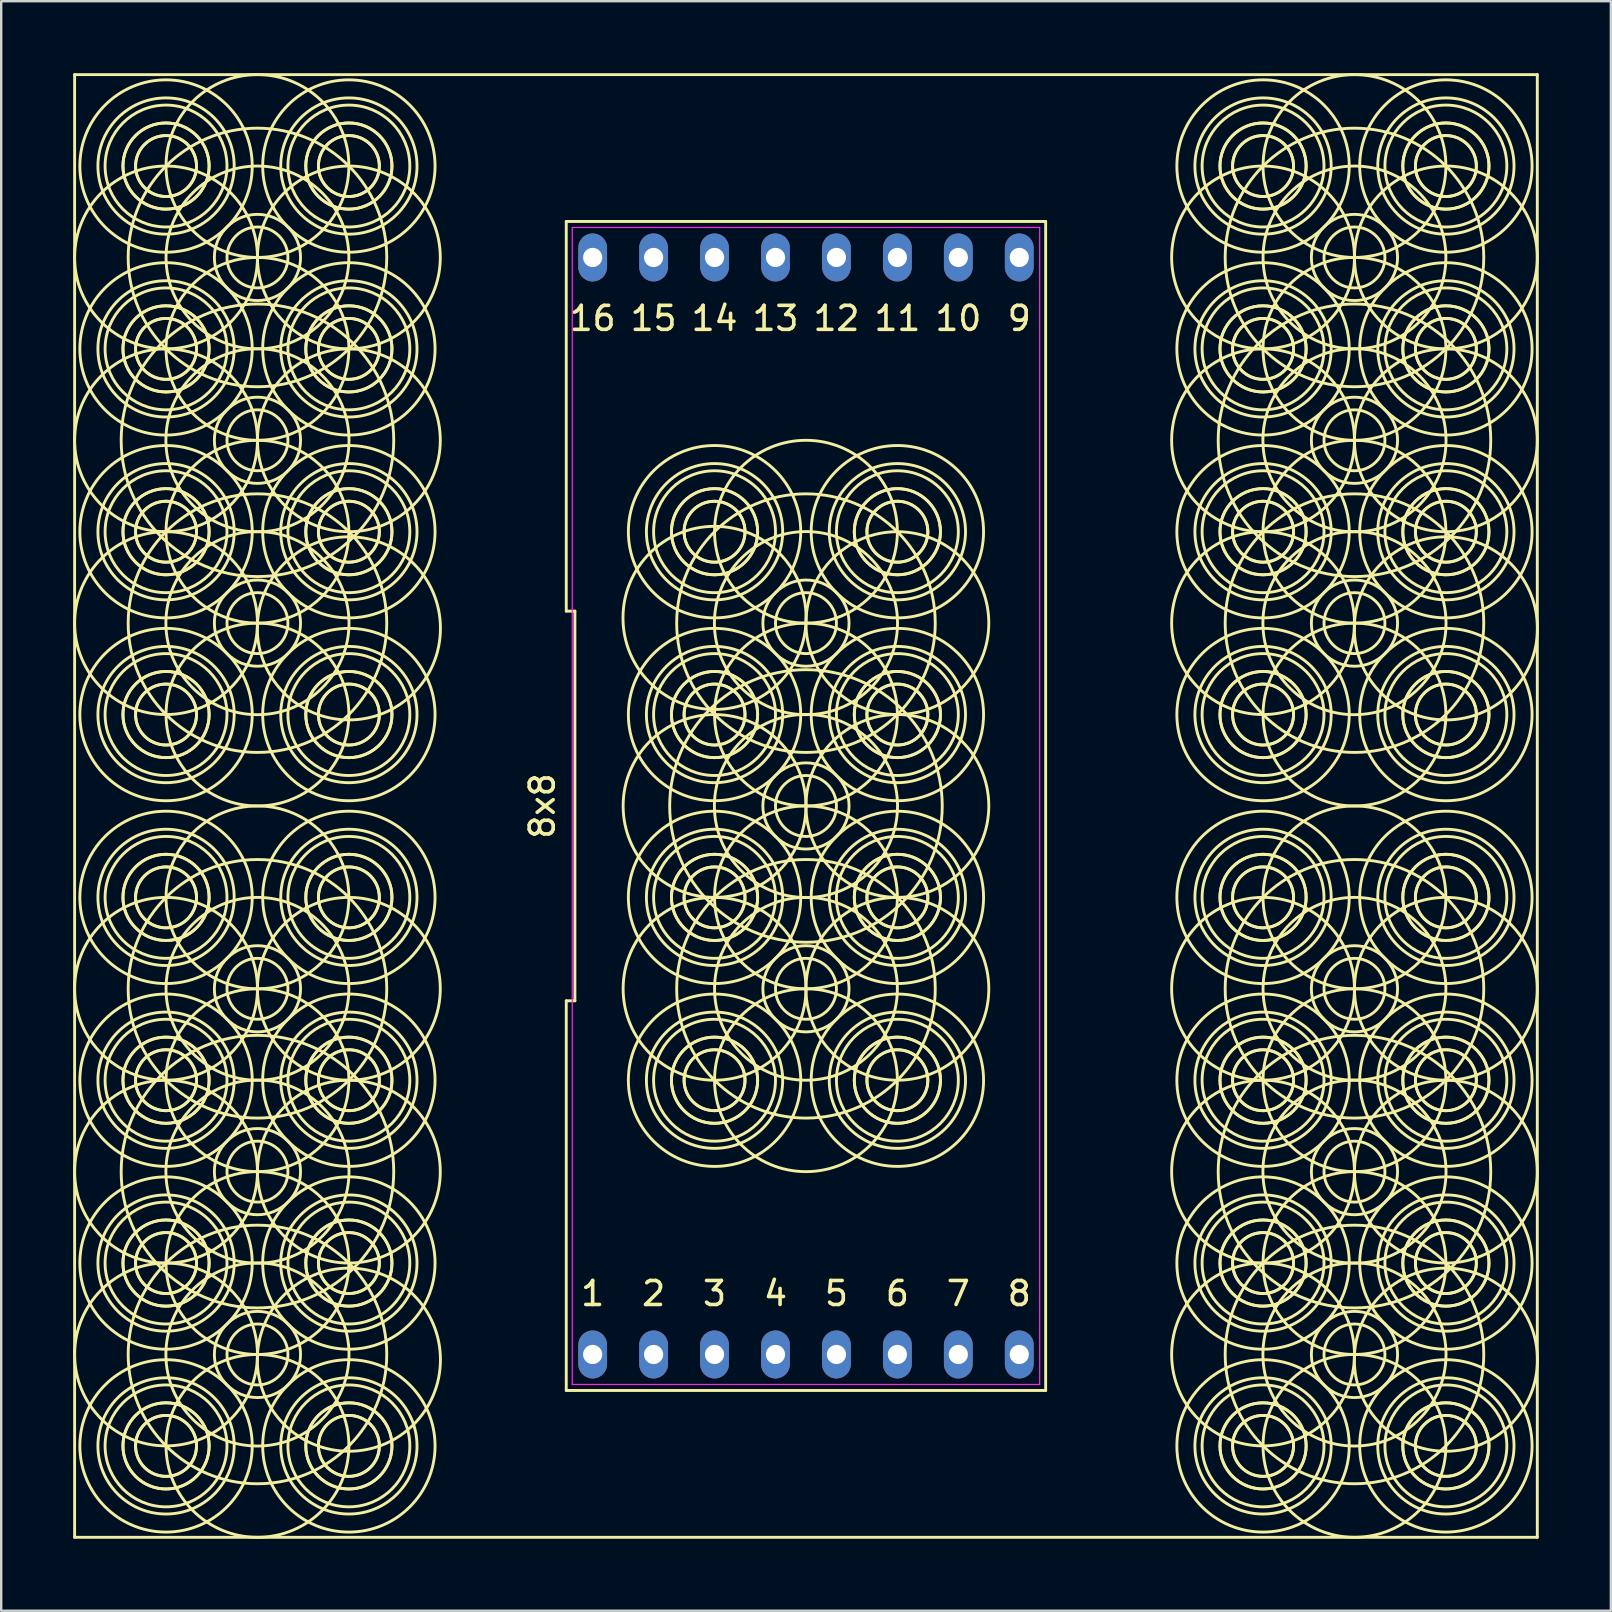
<source format=kicad_pcb>
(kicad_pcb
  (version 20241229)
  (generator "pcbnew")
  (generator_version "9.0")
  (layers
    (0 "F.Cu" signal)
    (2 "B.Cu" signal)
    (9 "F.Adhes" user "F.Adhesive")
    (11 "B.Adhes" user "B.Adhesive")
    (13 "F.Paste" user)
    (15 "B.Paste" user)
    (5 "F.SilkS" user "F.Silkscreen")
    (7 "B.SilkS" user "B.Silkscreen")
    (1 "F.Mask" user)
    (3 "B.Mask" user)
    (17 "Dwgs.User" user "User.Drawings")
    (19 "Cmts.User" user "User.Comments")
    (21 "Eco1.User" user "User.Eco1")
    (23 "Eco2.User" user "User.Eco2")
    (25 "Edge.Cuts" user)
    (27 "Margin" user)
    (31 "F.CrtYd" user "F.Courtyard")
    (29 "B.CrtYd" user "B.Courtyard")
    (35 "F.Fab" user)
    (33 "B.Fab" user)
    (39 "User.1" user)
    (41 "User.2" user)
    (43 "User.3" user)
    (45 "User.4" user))
  (footprint "8x8"
    (layer "F.Cu")
    (at 30.54 30.54)
    (property "Reference" "8x8" (at -10.99 0 90) (layer "F.SilkS") (effects (font (size 1 1) (thickness 0.15))))
    (attr through_hole)
    (fp_line (start -30.48 -30.48) (end -30.48 30.48) (stroke (width 0.12) (type solid)) (layer "F.SilkS"))
    (fp_line (start -30.48 30.48) (end 30.48 30.48) (stroke (width 0.12) (type solid)) (layer "F.SilkS"))
    (fp_line (start -9.99 -8.12) (end -9.63 -8.12) (stroke (width 0.12) (type solid)) (layer "F.SilkS"))
    (fp_line (start -9.99 8.12) (end -9.99 24.36) (stroke (width 0.12) (type solid)) (layer "F.SilkS"))
    (fp_line (start -9.99 24.36) (end 9.99 24.36) (stroke (width 0.12) (type solid)) (layer "F.SilkS"))
    (fp_line (start -9.99 -24.36) (end -9.99 -8.12) (stroke (width 0.12) (type solid)) (layer "F.SilkS"))
    (fp_line (start -9.63 -8.12) (end -9.63 8.12) (stroke (width 0.12) (type solid)) (layer "F.SilkS"))
    (fp_line (start -9.63 8.12) (end -9.99 8.12) (stroke (width 0.12) (type solid)) (layer "F.SilkS"))
    (fp_line (start 9.99 24.36) (end 9.99 -24.36) (stroke (width 0.12) (type solid)) (layer "F.SilkS"))
    (fp_line (start 9.99 -24.36) (end -9.99 -24.36) (stroke (width 0.12) (type solid)) (layer "F.SilkS"))
    (fp_line (start 30.48 -30.48) (end -30.48 -30.48) (stroke (width 0.12) (type solid)) (layer "F.SilkS"))
    (fp_line (start 30.48 30.48) (end 30.48 -30.48) (stroke (width 0.12) (type solid)) (layer "F.SilkS"))
    (fp_circle (center -26.67 -26.67) (end -29.21 -27.94) (stroke (width 0.12) (type solid)) (fill no) (layer "F.SilkS"))
    (fp_circle (center -26.67 -26.67) (end -27.94 -27.94) (stroke (width 0.12) (type solid)) (fill no) (layer "F.SilkS"))
    (fp_circle (center -26.67 -26.67) (end -27.94 -26.67) (stroke (width 0.12) (type solid)) (fill no) (layer "F.SilkS"))
    (fp_circle (center -26.67 -26.67) (end -26.67 -25.4) (stroke (width 0.12) (type solid)) (fill no) (layer "F.SilkS"))
    (fp_circle (center -26.67 -26.67) (end -25.4 -25.4) (stroke (width 0.12) (type solid)) (fill no) (layer "F.SilkS"))
    (fp_circle (center -26.67 -26.67) (end -24.13 -26.67) (stroke (width 0.12) (type solid)) (fill no) (layer "F.SilkS"))
    (fp_circle (center -26.67 -26.67) (end -24.13 -24.13) (stroke (width 0.12) (type solid)) (fill no) (layer "F.SilkS"))
    (fp_circle (center -26.67 -22.86) (end -22.86 -22.86) (stroke (width 0.12) (type solid)) (fill no) (layer "F.SilkS"))
    (fp_circle (center -26.67 -19.05) (end -29.21 -20.32) (stroke (width 0.12) (type solid)) (fill no) (layer "F.SilkS"))
    (fp_circle (center -26.67 -19.05) (end -27.94 -20.32) (stroke (width 0.12) (type solid)) (fill no) (layer "F.SilkS"))
    (fp_circle (center -26.67 -19.05) (end -27.94 -19.05) (stroke (width 0.12) (type solid)) (fill no) (layer "F.SilkS"))
    (fp_circle (center -26.67 -19.05) (end -26.67 -17.78) (stroke (width 0.12) (type solid)) (fill no) (layer "F.SilkS"))
    (fp_circle (center -26.67 -19.05) (end -25.4 -17.78) (stroke (width 0.12) (type solid)) (fill no) (layer "F.SilkS"))
    (fp_circle (center -26.67 -19.05) (end -24.13 -19.05) (stroke (width 0.12) (type solid)) (fill no) (layer "F.SilkS"))
    (fp_circle (center -26.67 -19.05) (end -24.13 -16.51) (stroke (width 0.12) (type solid)) (fill no) (layer "F.SilkS"))
    (fp_circle (center -26.67 -15.24) (end -22.86 -15.24) (stroke (width 0.12) (type solid)) (fill no) (layer "F.SilkS"))
    (fp_circle (center -26.67 -11.43) (end -29.21 -12.7) (stroke (width 0.12) (type solid)) (fill no) (layer "F.SilkS"))
    (fp_circle (center -26.67 -11.43) (end -27.94 -12.7) (stroke (width 0.12) (type solid)) (fill no) (layer "F.SilkS"))
    (fp_circle (center -26.67 -11.43) (end -27.94 -11.43) (stroke (width 0.12) (type solid)) (fill no) (layer "F.SilkS"))
    (fp_circle (center -26.67 -11.43) (end -26.67 -10.16) (stroke (width 0.12) (type solid)) (fill no) (layer "F.SilkS"))
    (fp_circle (center -26.67 -11.43) (end -25.4 -10.16) (stroke (width 0.12) (type solid)) (fill no) (layer "F.SilkS"))
    (fp_circle (center -26.67 -11.43) (end -24.13 -11.43) (stroke (width 0.12) (type solid)) (fill no) (layer "F.SilkS"))
    (fp_circle (center -26.67 -11.43) (end -24.13 -8.89) (stroke (width 0.12) (type solid)) (fill no) (layer "F.SilkS"))
    (fp_circle (center -26.67 -7.62) (end -22.86 -7.62) (stroke (width 0.12) (type solid)) (fill no) (layer "F.SilkS"))
    (fp_circle (center -26.67 -3.81) (end -29.21 -5.08) (stroke (width 0.12) (type solid)) (fill no) (layer "F.SilkS"))
    (fp_circle (center -26.67 -3.81) (end -27.94 -5.08) (stroke (width 0.12) (type solid)) (fill no) (layer "F.SilkS"))
    (fp_circle (center -26.67 -3.81) (end -27.94 -3.81) (stroke (width 0.12) (type solid)) (fill no) (layer "F.SilkS"))
    (fp_circle (center -26.67 -3.81) (end -26.67 -2.54) (stroke (width 0.12) (type solid)) (fill no) (layer "F.SilkS"))
    (fp_circle (center -26.67 -3.81) (end -25.4 -2.54) (stroke (width 0.12) (type solid)) (fill no) (layer "F.SilkS"))
    (fp_circle (center -26.67 -3.81) (end -24.13 -3.81) (stroke (width 0.12) (type solid)) (fill no) (layer "F.SilkS"))
    (fp_circle (center -26.67 -3.81) (end -24.13 -1.27) (stroke (width 0.12) (type solid)) (fill no) (layer "F.SilkS"))
    (fp_circle (center -26.67 3.81) (end -29.21 2.54) (stroke (width 0.12) (type solid)) (fill no) (layer "F.SilkS"))
    (fp_circle (center -26.67 3.81) (end -27.94 2.54) (stroke (width 0.12) (type solid)) (fill no) (layer "F.SilkS"))
    (fp_circle (center -26.67 3.81) (end -27.94 3.81) (stroke (width 0.12) (type solid)) (fill no) (layer "F.SilkS"))
    (fp_circle (center -26.67 3.81) (end -26.67 5.08) (stroke (width 0.12) (type solid)) (fill no) (layer "F.SilkS"))
    (fp_circle (center -26.67 3.81) (end -25.4 5.08) (stroke (width 0.12) (type solid)) (fill no) (layer "F.SilkS"))
    (fp_circle (center -26.67 3.81) (end -24.13 3.81) (stroke (width 0.12) (type solid)) (fill no) (layer "F.SilkS"))
    (fp_circle (center -26.67 3.81) (end -24.13 6.35) (stroke (width 0.12) (type solid)) (fill no) (layer "F.SilkS"))
    (fp_circle (center -26.67 7.62) (end -22.86 7.62) (stroke (width 0.12) (type solid)) (fill no) (layer "F.SilkS"))
    (fp_circle (center -26.67 11.43) (end -29.21 10.16) (stroke (width 0.12) (type solid)) (fill no) (layer "F.SilkS"))
    (fp_circle (center -26.67 11.43) (end -27.94 10.16) (stroke (width 0.12) (type solid)) (fill no) (layer "F.SilkS"))
    (fp_circle (center -26.67 11.43) (end -27.94 11.43) (stroke (width 0.12) (type solid)) (fill no) (layer "F.SilkS"))
    (fp_circle (center -26.67 11.43) (end -26.67 12.7) (stroke (width 0.12) (type solid)) (fill no) (layer "F.SilkS"))
    (fp_circle (center -26.67 11.43) (end -25.4 12.7) (stroke (width 0.12) (type solid)) (fill no) (layer "F.SilkS"))
    (fp_circle (center -26.67 11.43) (end -24.13 11.43) (stroke (width 0.12) (type solid)) (fill no) (layer "F.SilkS"))
    (fp_circle (center -26.67 11.43) (end -24.13 13.97) (stroke (width 0.12) (type solid)) (fill no) (layer "F.SilkS"))
    (fp_circle (center -26.67 15.24) (end -22.86 15.24) (stroke (width 0.12) (type solid)) (fill no) (layer "F.SilkS"))
    (fp_circle (center -26.67 19.05) (end -29.21 17.78) (stroke (width 0.12) (type solid)) (fill no) (layer "F.SilkS"))
    (fp_circle (center -26.67 19.05) (end -27.94 17.78) (stroke (width 0.12) (type solid)) (fill no) (layer "F.SilkS"))
    (fp_circle (center -26.67 19.05) (end -27.94 19.05) (stroke (width 0.12) (type solid)) (fill no) (layer "F.SilkS"))
    (fp_circle (center -26.67 19.05) (end -26.67 20.32) (stroke (width 0.12) (type solid)) (fill no) (layer "F.SilkS"))
    (fp_circle (center -26.67 19.05) (end -25.4 20.32) (stroke (width 0.12) (type solid)) (fill no) (layer "F.SilkS"))
    (fp_circle (center -26.67 19.05) (end -24.13 19.05) (stroke (width 0.12) (type solid)) (fill no) (layer "F.SilkS"))
    (fp_circle (center -26.67 19.05) (end -24.13 21.59) (stroke (width 0.12) (type solid)) (fill no) (layer "F.SilkS"))
    (fp_circle (center -26.67 22.86) (end -22.86 22.86) (stroke (width 0.12) (type solid)) (fill no) (layer "F.SilkS"))
    (fp_circle (center -26.67 26.67) (end -29.21 25.4) (stroke (width 0.12) (type solid)) (fill no) (layer "F.SilkS"))
    (fp_circle (center -26.67 26.67) (end -27.94 25.4) (stroke (width 0.12) (type solid)) (fill no) (layer "F.SilkS"))
    (fp_circle (center -26.67 26.67) (end -27.94 26.67) (stroke (width 0.12) (type solid)) (fill no) (layer "F.SilkS"))
    (fp_circle (center -26.67 26.67) (end -26.67 27.94) (stroke (width 0.12) (type solid)) (fill no) (layer "F.SilkS"))
    (fp_circle (center -26.67 26.67) (end -25.4 27.94) (stroke (width 0.12) (type solid)) (fill no) (layer "F.SilkS"))
    (fp_circle (center -26.67 26.67) (end -24.13 26.67) (stroke (width 0.12) (type solid)) (fill no) (layer "F.SilkS"))
    (fp_circle (center -26.67 26.67) (end -24.13 29.21) (stroke (width 0.12) (type solid)) (fill no) (layer "F.SilkS"))
    (fp_circle (center -22.86 -26.67) (end -22.86 -22.86) (stroke (width 0.12) (type solid)) (fill no) (layer "F.SilkS"))
    (fp_circle (center -22.86 -22.86) (end -24.13 -24.13) (stroke (width 0.12) (type solid)) (fill no) (layer "F.SilkS"))
    (fp_circle (center -22.86 -22.86) (end -24.13 -22.86) (stroke (width 0.12) (type solid)) (fill no) (layer "F.SilkS"))
    (fp_circle (center -22.86 -22.86) (end -19.05 -22.86) (stroke (width 0.12) (type solid)) (fill no) (layer "F.SilkS"))
    (fp_circle (center -22.86 -22.86) (end -19.05 -19.05) (stroke (width 0.12) (type solid)) (fill no) (layer "F.SilkS"))
    (fp_circle (center -22.86 -19.05) (end -22.86 -22.86) (stroke (width 0.12) (type solid)) (fill no) (layer "F.SilkS"))
    (fp_circle (center -22.86 -15.24) (end -27.94 -17.78) (stroke (width 0.12) (type solid)) (fill no) (layer "F.SilkS"))
    (fp_circle (center -22.86 -15.24) (end -24.13 -16.51) (stroke (width 0.12) (type solid)) (fill no) (layer "F.SilkS"))
    (fp_circle (center -22.86 -15.24) (end -24.13 -15.24) (stroke (width 0.12) (type solid)) (fill no) (layer "F.SilkS"))
    (fp_circle (center -22.86 -15.24) (end -19.05 -15.458) (stroke (width 0.12) (type solid)) (fill no) (layer "F.SilkS"))
    (fp_circle (center -22.86 -11.43) (end -22.86 -15.24) (stroke (width 0.12) (type solid)) (fill no) (layer "F.SilkS"))
    (fp_circle (center -22.86 -7.62) (end -26.67 -11.43) (stroke (width 0.12) (type solid)) (fill no) (layer "F.SilkS"))
    (fp_circle (center -22.86 -7.62) (end -24.13 -8.89) (stroke (width 0.12) (type solid)) (fill no) (layer "F.SilkS"))
    (fp_circle (center -22.86 -7.62) (end -24.13 -7.62) (stroke (width 0.12) (type solid)) (fill no) (layer "F.SilkS"))
    (fp_circle (center -22.86 -7.62) (end -19.05 -7.838) (stroke (width 0.12) (type solid)) (fill no) (layer "F.SilkS"))
    (fp_circle (center -22.86 -3.81) (end -22.86 -7.62) (stroke (width 0.12) (type solid)) (fill no) (layer "F.SilkS"))
    (fp_circle (center -22.86 3.81) (end -22.86 7.62) (stroke (width 0.12) (type solid)) (fill no) (layer "F.SilkS"))
    (fp_circle (center -22.86 7.62) (end -24.13 6.35) (stroke (width 0.12) (type solid)) (fill no) (layer "F.SilkS"))
    (fp_circle (center -22.86 7.62) (end -24.13 7.62) (stroke (width 0.12) (type solid)) (fill no) (layer "F.SilkS"))
    (fp_circle (center -22.86 7.62) (end -19.05 7.62) (stroke (width 0.12) (type solid)) (fill no) (layer "F.SilkS"))
    (fp_circle (center -22.86 7.62) (end -19.05 11.43) (stroke (width 0.12) (type solid)) (fill no) (layer "F.SilkS"))
    (fp_circle (center -22.86 11.43) (end -22.86 7.62) (stroke (width 0.12) (type solid)) (fill no) (layer "F.SilkS"))
    (fp_circle (center -22.86 15.24) (end -27.94 12.7) (stroke (width 0.12) (type solid)) (fill no) (layer "F.SilkS"))
    (fp_circle (center -22.86 15.24) (end -24.13 13.97) (stroke (width 0.12) (type solid)) (fill no) (layer "F.SilkS"))
    (fp_circle (center -22.86 15.24) (end -24.13 15.24) (stroke (width 0.12) (type solid)) (fill no) (layer "F.SilkS"))
    (fp_circle (center -22.86 15.24) (end -19.05 15.022) (stroke (width 0.12) (type solid)) (fill no) (layer "F.SilkS"))
    (fp_circle (center -22.86 19.05) (end -22.86 15.24) (stroke (width 0.12) (type solid)) (fill no) (layer "F.SilkS"))
    (fp_circle (center -22.86 22.86) (end -26.67 19.05) (stroke (width 0.12) (type solid)) (fill no) (layer "F.SilkS"))
    (fp_circle (center -22.86 22.86) (end -24.13 21.59) (stroke (width 0.12) (type solid)) (fill no) (layer "F.SilkS"))
    (fp_circle (center -22.86 22.86) (end -24.13 22.86) (stroke (width 0.12) (type solid)) (fill no) (layer "F.SilkS"))
    (fp_circle (center -22.86 22.86) (end -19.05 22.642) (stroke (width 0.12) (type solid)) (fill no) (layer "F.SilkS"))
    (fp_circle (center -22.86 26.67) (end -22.86 22.86) (stroke (width 0.12) (type solid)) (fill no) (layer "F.SilkS"))
    (fp_circle (center -19.05 -26.67) (end -21.59 -27.94) (stroke (width 0.12) (type solid)) (fill no) (layer "F.SilkS"))
    (fp_circle (center -19.05 -26.67) (end -20.32 -27.94) (stroke (width 0.12) (type solid)) (fill no) (layer "F.SilkS"))
    (fp_circle (center -19.05 -26.67) (end -20.32 -26.67) (stroke (width 0.12) (type solid)) (fill no) (layer "F.SilkS"))
    (fp_circle (center -19.05 -26.67) (end -19.05 -25.4) (stroke (width 0.12) (type solid)) (fill no) (layer "F.SilkS"))
    (fp_circle (center -19.05 -26.67) (end -17.78 -25.4) (stroke (width 0.12) (type solid)) (fill no) (layer "F.SilkS"))
    (fp_circle (center -19.05 -26.67) (end -16.51 -26.67) (stroke (width 0.12) (type solid)) (fill no) (layer "F.SilkS"))
    (fp_circle (center -19.05 -26.67) (end -16.51 -24.13) (stroke (width 0.12) (type solid)) (fill no) (layer "F.SilkS"))
    (fp_circle (center -19.05 -22.86) (end -22.86 -22.86) (stroke (width 0.12) (type solid)) (fill no) (layer "F.SilkS"))
    (fp_circle (center -19.05 -19.05) (end -21.59 -20.32) (stroke (width 0.12) (type solid)) (fill no) (layer "F.SilkS"))
    (fp_circle (center -19.05 -19.05) (end -20.32 -20.32) (stroke (width 0.12) (type solid)) (fill no) (layer "F.SilkS"))
    (fp_circle (center -19.05 -19.05) (end -20.32 -19.05) (stroke (width 0.12) (type solid)) (fill no) (layer "F.SilkS"))
    (fp_circle (center -19.05 -19.05) (end -19.05 -17.78) (stroke (width 0.12) (type solid)) (fill no) (layer "F.SilkS"))
    (fp_circle (center -19.05 -19.05) (end -17.78 -17.78) (stroke (width 0.12) (type solid)) (fill no) (layer "F.SilkS"))
    (fp_circle (center -19.05 -19.05) (end -16.51 -19.05) (stroke (width 0.12) (type solid)) (fill no) (layer "F.SilkS"))
    (fp_circle (center -19.05 -19.05) (end -16.51 -16.51) (stroke (width 0.12) (type solid)) (fill no) (layer "F.SilkS"))
    (fp_circle (center -19.05 -15.24) (end -22.86 -15.24) (stroke (width 0.12) (type solid)) (fill no) (layer "F.SilkS"))
    (fp_circle (center -19.05 -11.43) (end -21.59 -12.7) (stroke (width 0.12) (type solid)) (fill no) (layer "F.SilkS"))
    (fp_circle (center -19.05 -11.43) (end -20.32 -12.7) (stroke (width 0.12) (type solid)) (fill no) (layer "F.SilkS"))
    (fp_circle (center -19.05 -11.43) (end -20.32 -11.43) (stroke (width 0.12) (type solid)) (fill no) (layer "F.SilkS"))
    (fp_circle (center -19.05 -11.43) (end -19.05 -10.16) (stroke (width 0.12) (type solid)) (fill no) (layer "F.SilkS"))
    (fp_circle (center -19.05 -11.43) (end -17.78 -10.16) (stroke (width 0.12) (type solid)) (fill no) (layer "F.SilkS"))
    (fp_circle (center -19.05 -11.43) (end -16.51 -11.43) (stroke (width 0.12) (type solid)) (fill no) (layer "F.SilkS"))
    (fp_circle (center -19.05 -11.43) (end -16.51 -8.89) (stroke (width 0.12) (type solid)) (fill no) (layer "F.SilkS"))
    (fp_circle (center -19.05 -7.402) (end -22.86 -7.62) (stroke (width 0.12) (type solid)) (fill no) (layer "F.SilkS"))
    (fp_circle (center -19.05 -3.81) (end -21.59 -5.08) (stroke (width 0.12) (type solid)) (fill no) (layer "F.SilkS"))
    (fp_circle (center -19.05 -3.81) (end -20.32 -5.08) (stroke (width 0.12) (type solid)) (fill no) (layer "F.SilkS"))
    (fp_circle (center -19.05 -3.81) (end -20.32 -3.81) (stroke (width 0.12) (type solid)) (fill no) (layer "F.SilkS"))
    (fp_circle (center -19.05 -3.81) (end -19.05 -2.54) (stroke (width 0.12) (type solid)) (fill no) (layer "F.SilkS"))
    (fp_circle (center -19.05 -3.81) (end -17.78 -2.54) (stroke (width 0.12) (type solid)) (fill no) (layer "F.SilkS"))
    (fp_circle (center -19.05 -3.81) (end -16.51 -3.81) (stroke (width 0.12) (type solid)) (fill no) (layer "F.SilkS"))
    (fp_circle (center -19.05 -3.81) (end -16.51 -1.27) (stroke (width 0.12) (type solid)) (fill no) (layer "F.SilkS"))
    (fp_circle (center -19.05 3.81) (end -21.59 2.54) (stroke (width 0.12) (type solid)) (fill no) (layer "F.SilkS"))
    (fp_circle (center -19.05 3.81) (end -20.32 2.54) (stroke (width 0.12) (type solid)) (fill no) (layer "F.SilkS"))
    (fp_circle (center -19.05 3.81) (end -20.32 3.81) (stroke (width 0.12) (type solid)) (fill no) (layer "F.SilkS"))
    (fp_circle (center -19.05 3.81) (end -19.05 5.08) (stroke (width 0.12) (type solid)) (fill no) (layer "F.SilkS"))
    (fp_circle (center -19.05 3.81) (end -17.78 5.08) (stroke (width 0.12) (type solid)) (fill no) (layer "F.SilkS"))
    (fp_circle (center -19.05 3.81) (end -16.51 3.81) (stroke (width 0.12) (type solid)) (fill no) (layer "F.SilkS"))
    (fp_circle (center -19.05 3.81) (end -16.51 6.35) (stroke (width 0.12) (type solid)) (fill no) (layer "F.SilkS"))
    (fp_circle (center -19.05 7.62) (end -22.86 7.62) (stroke (width 0.12) (type solid)) (fill no) (layer "F.SilkS"))
    (fp_circle (center -19.05 11.43) (end -21.59 10.16) (stroke (width 0.12) (type solid)) (fill no) (layer "F.SilkS"))
    (fp_circle (center -19.05 11.43) (end -20.32 10.16) (stroke (width 0.12) (type solid)) (fill no) (layer "F.SilkS"))
    (fp_circle (center -19.05 11.43) (end -20.32 11.43) (stroke (width 0.12) (type solid)) (fill no) (layer "F.SilkS"))
    (fp_circle (center -19.05 11.43) (end -19.05 12.7) (stroke (width 0.12) (type solid)) (fill no) (layer "F.SilkS"))
    (fp_circle (center -19.05 11.43) (end -17.78 12.7) (stroke (width 0.12) (type solid)) (fill no) (layer "F.SilkS"))
    (fp_circle (center -19.05 11.43) (end -16.51 11.43) (stroke (width 0.12) (type solid)) (fill no) (layer "F.SilkS"))
    (fp_circle (center -19.05 11.43) (end -16.51 13.97) (stroke (width 0.12) (type solid)) (fill no) (layer "F.SilkS"))
    (fp_circle (center -19.05 15.24) (end -22.86 15.24) (stroke (width 0.12) (type solid)) (fill no) (layer "F.SilkS"))
    (fp_circle (center -19.05 19.05) (end -21.59 17.78) (stroke (width 0.12) (type solid)) (fill no) (layer "F.SilkS"))
    (fp_circle (center -19.05 19.05) (end -20.32 17.78) (stroke (width 0.12) (type solid)) (fill no) (layer "F.SilkS"))
    (fp_circle (center -19.05 19.05) (end -20.32 19.05) (stroke (width 0.12) (type solid)) (fill no) (layer "F.SilkS"))
    (fp_circle (center -19.05 19.05) (end -19.05 20.32) (stroke (width 0.12) (type solid)) (fill no) (layer "F.SilkS"))
    (fp_circle (center -19.05 19.05) (end -17.78 20.32) (stroke (width 0.12) (type solid)) (fill no) (layer "F.SilkS"))
    (fp_circle (center -19.05 19.05) (end -16.51 19.05) (stroke (width 0.12) (type solid)) (fill no) (layer "F.SilkS"))
    (fp_circle (center -19.05 19.05) (end -16.51 21.59) (stroke (width 0.12) (type solid)) (fill no) (layer "F.SilkS"))
    (fp_circle (center -19.05 23.078) (end -22.86 22.86) (stroke (width 0.12) (type solid)) (fill no) (layer "F.SilkS"))
    (fp_circle (center -19.05 26.67) (end -21.59 25.4) (stroke (width 0.12) (type solid)) (fill no) (layer "F.SilkS"))
    (fp_circle (center -19.05 26.67) (end -20.32 25.4) (stroke (width 0.12) (type solid)) (fill no) (layer "F.SilkS"))
    (fp_circle (center -19.05 26.67) (end -20.32 26.67) (stroke (width 0.12) (type solid)) (fill no) (layer "F.SilkS"))
    (fp_circle (center -19.05 26.67) (end -19.05 27.94) (stroke (width 0.12) (type solid)) (fill no) (layer "F.SilkS"))
    (fp_circle (center -19.05 26.67) (end -17.78 27.94) (stroke (width 0.12) (type solid)) (fill no) (layer "F.SilkS"))
    (fp_circle (center -19.05 26.67) (end -16.51 26.67) (stroke (width 0.12) (type solid)) (fill no) (layer "F.SilkS"))
    (fp_circle (center -19.05 26.67) (end -16.51 29.21) (stroke (width 0.12) (type solid)) (fill no) (layer "F.SilkS"))
    (fp_circle (center -3.81 -11.43) (end -6.35 -13.97) (stroke (width 0.12) (type solid)) (fill no) (layer "F.SilkS"))
    (fp_circle (center -3.81 -11.43) (end -6.35 -11.43) (stroke (width 0.12) (type solid)) (fill no) (layer "F.SilkS"))
    (fp_circle (center -3.81 -11.43) (end -5.08 -12.7) (stroke (width 0.12) (type solid)) (fill no) (layer "F.SilkS"))
    (fp_circle (center -3.81 -11.43) (end -3.81 -12.7) (stroke (width 0.12) (type solid)) (fill no) (layer "F.SilkS"))
    (fp_circle (center -3.81 -11.43) (end -2.54 -11.43) (stroke (width 0.12) (type solid)) (fill no) (layer "F.SilkS"))
    (fp_circle (center -3.81 -11.43) (end -2.54 -10.16) (stroke (width 0.12) (type solid)) (fill no) (layer "F.SilkS"))
    (fp_circle (center -3.81 -11.43) (end -1.27 -10.16) (stroke (width 0.12) (type solid)) (fill no) (layer "F.SilkS"))
    (fp_circle (center -3.81 -7.838) (end 0 -7.62) (stroke (width 0.12) (type solid)) (fill no) (layer "F.SilkS"))
    (fp_circle (center -3.81 -3.81) (end -6.35 -6.35) (stroke (width 0.12) (type solid)) (fill no) (layer "F.SilkS"))
    (fp_circle (center -3.81 -3.81) (end -6.35 -3.81) (stroke (width 0.12) (type solid)) (fill no) (layer "F.SilkS"))
    (fp_circle (center -3.81 -3.81) (end -5.08 -5.08) (stroke (width 0.12) (type solid)) (fill no) (layer "F.SilkS"))
    (fp_circle (center -3.81 -3.81) (end -3.81 -5.08) (stroke (width 0.12) (type solid)) (fill no) (layer "F.SilkS"))
    (fp_circle (center -3.81 -3.81) (end -2.54 -3.81) (stroke (width 0.12) (type solid)) (fill no) (layer "F.SilkS"))
    (fp_circle (center -3.81 -3.81) (end -2.54 -2.54) (stroke (width 0.12) (type solid)) (fill no) (layer "F.SilkS"))
    (fp_circle (center -3.81 -3.81) (end -1.27 -2.54) (stroke (width 0.12) (type solid)) (fill no) (layer "F.SilkS"))
    (fp_circle (center -3.81 0) (end 0 0) (stroke (width 0.12) (type solid)) (fill no) (layer "F.SilkS"))
    (fp_circle (center -3.81 3.81) (end -6.35 1.27) (stroke (width 0.12) (type solid)) (fill no) (layer "F.SilkS"))
    (fp_circle (center -3.81 3.81) (end -6.35 3.81) (stroke (width 0.12) (type solid)) (fill no) (layer "F.SilkS"))
    (fp_circle (center -3.81 3.81) (end -5.08 2.54) (stroke (width 0.12) (type solid)) (fill no) (layer "F.SilkS"))
    (fp_circle (center -3.81 3.81) (end -3.81 2.54) (stroke (width 0.12) (type solid)) (fill no) (layer "F.SilkS"))
    (fp_circle (center -3.81 3.81) (end -2.54 3.81) (stroke (width 0.12) (type solid)) (fill no) (layer "F.SilkS"))
    (fp_circle (center -3.81 3.81) (end -2.54 5.08) (stroke (width 0.12) (type solid)) (fill no) (layer "F.SilkS"))
    (fp_circle (center -3.81 3.81) (end -1.27 5.08) (stroke (width 0.12) (type solid)) (fill no) (layer "F.SilkS"))
    (fp_circle (center -3.81 7.62) (end 0 7.62) (stroke (width 0.12) (type solid)) (fill no) (layer "F.SilkS"))
    (fp_circle (center -3.81 11.43) (end -6.35 8.89) (stroke (width 0.12) (type solid)) (fill no) (layer "F.SilkS"))
    (fp_circle (center -3.81 11.43) (end -6.35 11.43) (stroke (width 0.12) (type solid)) (fill no) (layer "F.SilkS"))
    (fp_circle (center -3.81 11.43) (end -5.08 10.16) (stroke (width 0.12) (type solid)) (fill no) (layer "F.SilkS"))
    (fp_circle (center -3.81 11.43) (end -3.81 10.16) (stroke (width 0.12) (type solid)) (fill no) (layer "F.SilkS"))
    (fp_circle (center -3.81 11.43) (end -2.54 11.43) (stroke (width 0.12) (type solid)) (fill no) (layer "F.SilkS"))
    (fp_circle (center -3.81 11.43) (end -2.54 12.7) (stroke (width 0.12) (type solid)) (fill no) (layer "F.SilkS"))
    (fp_circle (center -3.81 11.43) (end -1.27 12.7) (stroke (width 0.12) (type solid)) (fill no) (layer "F.SilkS"))
    (fp_circle (center 0 -11.43) (end 0 -7.62) (stroke (width 0.12) (type solid)) (fill no) (layer "F.SilkS"))
    (fp_circle (center 0 -7.62) (end -3.81 -7.402) (stroke (width 0.12) (type solid)) (fill no) (layer "F.SilkS"))
    (fp_circle (center 0 -7.62) (end 1.27 -7.62) (stroke (width 0.12) (type solid)) (fill no) (layer "F.SilkS"))
    (fp_circle (center 0 -7.62) (end 1.27 -6.35) (stroke (width 0.12) (type solid)) (fill no) (layer "F.SilkS"))
    (fp_circle (center 0 -7.62) (end 3.81 -3.81) (stroke (width 0.12) (type solid)) (fill no) (layer "F.SilkS"))
    (fp_circle (center 0 -3.81) (end 0 0) (stroke (width 0.12) (type solid)) (fill no) (layer "F.SilkS"))
    (fp_circle (center 0 0) (end -3.81 0.218) (stroke (width 0.12) (type solid)) (fill no) (layer "F.SilkS"))
    (fp_circle (center 0 0) (end 1.27 0) (stroke (width 0.12) (type solid)) (fill no) (layer "F.SilkS"))
    (fp_circle (center 0 0) (end 1.27 1.27) (stroke (width 0.12) (type solid)) (fill no) (layer "F.SilkS"))
    (fp_circle (center 0 0) (end 5.08 2.54) (stroke (width 0.12) (type solid)) (fill no) (layer "F.SilkS"))
    (fp_circle (center 0 3.81) (end 0 7.62) (stroke (width 0.12) (type solid)) (fill no) (layer "F.SilkS"))
    (fp_circle (center 0 7.62) (end -3.81 3.81) (stroke (width 0.12) (type solid)) (fill no) (layer "F.SilkS"))
    (fp_circle (center 0 7.62) (end -3.81 7.62) (stroke (width 0.12) (type solid)) (fill no) (layer "F.SilkS"))
    (fp_circle (center 0 7.62) (end 1.27 7.62) (stroke (width 0.12) (type solid)) (fill no) (layer "F.SilkS"))
    (fp_circle (center 0 7.62) (end 1.27 8.89) (stroke (width 0.12) (type solid)) (fill no) (layer "F.SilkS"))
    (fp_circle (center 0 11.43) (end 0 7.62) (stroke (width 0.12) (type solid)) (fill no) (layer "F.SilkS"))
    (fp_circle (center 3.81 -11.43) (end 1.27 -13.97) (stroke (width 0.12) (type solid)) (fill no) (layer "F.SilkS"))
    (fp_circle (center 3.81 -11.43) (end 1.27 -11.43) (stroke (width 0.12) (type solid)) (fill no) (layer "F.SilkS"))
    (fp_circle (center 3.81 -11.43) (end 2.54 -12.7) (stroke (width 0.12) (type solid)) (fill no) (layer "F.SilkS"))
    (fp_circle (center 3.81 -11.43) (end 3.81 -12.7) (stroke (width 0.12) (type solid)) (fill no) (layer "F.SilkS"))
    (fp_circle (center 3.81 -11.43) (end 5.08 -11.43) (stroke (width 0.12) (type solid)) (fill no) (layer "F.SilkS"))
    (fp_circle (center 3.81 -11.43) (end 5.08 -10.16) (stroke (width 0.12) (type solid)) (fill no) (layer "F.SilkS"))
    (fp_circle (center 3.81 -11.43) (end 6.35 -10.16) (stroke (width 0.12) (type solid)) (fill no) (layer "F.SilkS"))
    (fp_circle (center 3.81 -7.62) (end 0 -7.62) (stroke (width 0.12) (type solid)) (fill no) (layer "F.SilkS"))
    (fp_circle (center 3.81 -3.81) (end 1.27 -6.35) (stroke (width 0.12) (type solid)) (fill no) (layer "F.SilkS"))
    (fp_circle (center 3.81 -3.81) (end 1.27 -3.81) (stroke (width 0.12) (type solid)) (fill no) (layer "F.SilkS"))
    (fp_circle (center 3.81 -3.81) (end 2.54 -5.08) (stroke (width 0.12) (type solid)) (fill no) (layer "F.SilkS"))
    (fp_circle (center 3.81 -3.81) (end 3.81 -5.08) (stroke (width 0.12) (type solid)) (fill no) (layer "F.SilkS"))
    (fp_circle (center 3.81 -3.81) (end 5.08 -3.81) (stroke (width 0.12) (type solid)) (fill no) (layer "F.SilkS"))
    (fp_circle (center 3.81 -3.81) (end 5.08 -2.54) (stroke (width 0.12) (type solid)) (fill no) (layer "F.SilkS"))
    (fp_circle (center 3.81 -3.81) (end 6.35 -2.54) (stroke (width 0.12) (type solid)) (fill no) (layer "F.SilkS"))
    (fp_circle (center 3.81 0) (end 0 0) (stroke (width 0.12) (type solid)) (fill no) (layer "F.SilkS"))
    (fp_circle (center 3.81 3.81) (end 1.27 1.27) (stroke (width 0.12) (type solid)) (fill no) (layer "F.SilkS"))
    (fp_circle (center 3.81 3.81) (end 1.27 3.81) (stroke (width 0.12) (type solid)) (fill no) (layer "F.SilkS"))
    (fp_circle (center 3.81 3.81) (end 2.54 2.54) (stroke (width 0.12) (type solid)) (fill no) (layer "F.SilkS"))
    (fp_circle (center 3.81 3.81) (end 3.81 2.54) (stroke (width 0.12) (type solid)) (fill no) (layer "F.SilkS"))
    (fp_circle (center 3.81 3.81) (end 5.08 3.81) (stroke (width 0.12) (type solid)) (fill no) (layer "F.SilkS"))
    (fp_circle (center 3.81 3.81) (end 5.08 5.08) (stroke (width 0.12) (type solid)) (fill no) (layer "F.SilkS"))
    (fp_circle (center 3.81 3.81) (end 6.35 5.08) (stroke (width 0.12) (type solid)) (fill no) (layer "F.SilkS"))
    (fp_circle (center 3.81 7.62) (end 0 7.62) (stroke (width 0.12) (type solid)) (fill no) (layer "F.SilkS"))
    (fp_circle (center 3.81 11.43) (end 1.27 8.89) (stroke (width 0.12) (type solid)) (fill no) (layer "F.SilkS"))
    (fp_circle (center 3.81 11.43) (end 1.27 11.43) (stroke (width 0.12) (type solid)) (fill no) (layer "F.SilkS"))
    (fp_circle (center 3.81 11.43) (end 2.54 10.16) (stroke (width 0.12) (type solid)) (fill no) (layer "F.SilkS"))
    (fp_circle (center 3.81 11.43) (end 3.81 10.16) (stroke (width 0.12) (type solid)) (fill no) (layer "F.SilkS"))
    (fp_circle (center 3.81 11.43) (end 5.08 11.43) (stroke (width 0.12) (type solid)) (fill no) (layer "F.SilkS"))
    (fp_circle (center 3.81 11.43) (end 5.08 12.7) (stroke (width 0.12) (type solid)) (fill no) (layer "F.SilkS"))
    (fp_circle (center 3.81 11.43) (end 6.35 12.7) (stroke (width 0.12) (type solid)) (fill no) (layer "F.SilkS"))
    (fp_circle (center 19.05 -26.67) (end 16.51 -27.94) (stroke (width 0.12) (type solid)) (fill no) (layer "F.SilkS"))
    (fp_circle (center 19.05 -26.67) (end 17.78 -27.94) (stroke (width 0.12) (type solid)) (fill no) (layer "F.SilkS"))
    (fp_circle (center 19.05 -26.67) (end 17.78 -26.67) (stroke (width 0.12) (type solid)) (fill no) (layer "F.SilkS"))
    (fp_circle (center 19.05 -26.67) (end 19.05 -25.4) (stroke (width 0.12) (type solid)) (fill no) (layer "F.SilkS"))
    (fp_circle (center 19.05 -26.67) (end 20.32 -25.4) (stroke (width 0.12) (type solid)) (fill no) (layer "F.SilkS"))
    (fp_circle (center 19.05 -26.67) (end 21.59 -26.67) (stroke (width 0.12) (type solid)) (fill no) (layer "F.SilkS"))
    (fp_circle (center 19.05 -26.67) (end 21.59 -24.13) (stroke (width 0.12) (type solid)) (fill no) (layer "F.SilkS"))
    (fp_circle (center 19.05 -22.86) (end 22.86 -22.86) (stroke (width 0.12) (type solid)) (fill no) (layer "F.SilkS"))
    (fp_circle (center 19.05 -19.05) (end 16.51 -20.32) (stroke (width 0.12) (type solid)) (fill no) (layer "F.SilkS"))
    (fp_circle (center 19.05 -19.05) (end 17.78 -20.32) (stroke (width 0.12) (type solid)) (fill no) (layer "F.SilkS"))
    (fp_circle (center 19.05 -19.05) (end 17.78 -19.05) (stroke (width 0.12) (type solid)) (fill no) (layer "F.SilkS"))
    (fp_circle (center 19.05 -19.05) (end 19.05 -17.78) (stroke (width 0.12) (type solid)) (fill no) (layer "F.SilkS"))
    (fp_circle (center 19.05 -19.05) (end 20.32 -17.78) (stroke (width 0.12) (type solid)) (fill no) (layer "F.SilkS"))
    (fp_circle (center 19.05 -19.05) (end 21.59 -19.05) (stroke (width 0.12) (type solid)) (fill no) (layer "F.SilkS"))
    (fp_circle (center 19.05 -19.05) (end 21.59 -16.51) (stroke (width 0.12) (type solid)) (fill no) (layer "F.SilkS"))
    (fp_circle (center 19.05 -15.24) (end 22.86 -15.24) (stroke (width 0.12) (type solid)) (fill no) (layer "F.SilkS"))
    (fp_circle (center 19.05 -11.43) (end 16.51 -12.7) (stroke (width 0.12) (type solid)) (fill no) (layer "F.SilkS"))
    (fp_circle (center 19.05 -11.43) (end 17.78 -12.7) (stroke (width 0.12) (type solid)) (fill no) (layer "F.SilkS"))
    (fp_circle (center 19.05 -11.43) (end 17.78 -11.43) (stroke (width 0.12) (type solid)) (fill no) (layer "F.SilkS"))
    (fp_circle (center 19.05 -11.43) (end 19.05 -10.16) (stroke (width 0.12) (type solid)) (fill no) (layer "F.SilkS"))
    (fp_circle (center 19.05 -11.43) (end 20.32 -10.16) (stroke (width 0.12) (type solid)) (fill no) (layer "F.SilkS"))
    (fp_circle (center 19.05 -11.43) (end 21.59 -11.43) (stroke (width 0.12) (type solid)) (fill no) (layer "F.SilkS"))
    (fp_circle (center 19.05 -11.43) (end 21.59 -8.89) (stroke (width 0.12) (type solid)) (fill no) (layer "F.SilkS"))
    (fp_circle (center 19.05 -7.62) (end 22.86 -7.62) (stroke (width 0.12) (type solid)) (fill no) (layer "F.SilkS"))
    (fp_circle (center 19.05 -3.81) (end 16.51 -5.08) (stroke (width 0.12) (type solid)) (fill no) (layer "F.SilkS"))
    (fp_circle (center 19.05 -3.81) (end 17.78 -5.08) (stroke (width 0.12) (type solid)) (fill no) (layer "F.SilkS"))
    (fp_circle (center 19.05 -3.81) (end 17.78 -3.81) (stroke (width 0.12) (type solid)) (fill no) (layer "F.SilkS"))
    (fp_circle (center 19.05 -3.81) (end 19.05 -2.54) (stroke (width 0.12) (type solid)) (fill no) (layer "F.SilkS"))
    (fp_circle (center 19.05 -3.81) (end 20.32 -2.54) (stroke (width 0.12) (type solid)) (fill no) (layer "F.SilkS"))
    (fp_circle (center 19.05 -3.81) (end 21.59 -3.81) (stroke (width 0.12) (type solid)) (fill no) (layer "F.SilkS"))
    (fp_circle (center 19.05 -3.81) (end 21.59 -1.27) (stroke (width 0.12) (type solid)) (fill no) (layer "F.SilkS"))
    (fp_circle (center 19.05 3.81) (end 16.51 2.54) (stroke (width 0.12) (type solid)) (fill no) (layer "F.SilkS"))
    (fp_circle (center 19.05 3.81) (end 17.78 2.54) (stroke (width 0.12) (type solid)) (fill no) (layer "F.SilkS"))
    (fp_circle (center 19.05 3.81) (end 17.78 3.81) (stroke (width 0.12) (type solid)) (fill no) (layer "F.SilkS"))
    (fp_circle (center 19.05 3.81) (end 19.05 5.08) (stroke (width 0.12) (type solid)) (fill no) (layer "F.SilkS"))
    (fp_circle (center 19.05 3.81) (end 20.32 5.08) (stroke (width 0.12) (type solid)) (fill no) (layer "F.SilkS"))
    (fp_circle (center 19.05 3.81) (end 21.59 3.81) (stroke (width 0.12) (type solid)) (fill no) (layer "F.SilkS"))
    (fp_circle (center 19.05 3.81) (end 21.59 6.35) (stroke (width 0.12) (type solid)) (fill no) (layer "F.SilkS"))
    (fp_circle (center 19.05 7.62) (end 22.86 7.62) (stroke (width 0.12) (type solid)) (fill no) (layer "F.SilkS"))
    (fp_circle (center 19.05 11.43) (end 16.51 10.16) (stroke (width 0.12) (type solid)) (fill no) (layer "F.SilkS"))
    (fp_circle (center 19.05 11.43) (end 17.78 10.16) (stroke (width 0.12) (type solid)) (fill no) (layer "F.SilkS"))
    (fp_circle (center 19.05 11.43) (end 17.78 11.43) (stroke (width 0.12) (type solid)) (fill no) (layer "F.SilkS"))
    (fp_circle (center 19.05 11.43) (end 19.05 12.7) (stroke (width 0.12) (type solid)) (fill no) (layer "F.SilkS"))
    (fp_circle (center 19.05 11.43) (end 20.32 12.7) (stroke (width 0.12) (type solid)) (fill no) (layer "F.SilkS"))
    (fp_circle (center 19.05 11.43) (end 21.59 11.43) (stroke (width 0.12) (type solid)) (fill no) (layer "F.SilkS"))
    (fp_circle (center 19.05 11.43) (end 21.59 13.97) (stroke (width 0.12) (type solid)) (fill no) (layer "F.SilkS"))
    (fp_circle (center 19.05 15.24) (end 22.86 15.24) (stroke (width 0.12) (type solid)) (fill no) (layer "F.SilkS"))
    (fp_circle (center 19.05 19.05) (end 16.51 17.78) (stroke (width 0.12) (type solid)) (fill no) (layer "F.SilkS"))
    (fp_circle (center 19.05 19.05) (end 17.78 17.78) (stroke (width 0.12) (type solid)) (fill no) (layer "F.SilkS"))
    (fp_circle (center 19.05 19.05) (end 17.78 19.05) (stroke (width 0.12) (type solid)) (fill no) (layer "F.SilkS"))
    (fp_circle (center 19.05 19.05) (end 19.05 20.32) (stroke (width 0.12) (type solid)) (fill no) (layer "F.SilkS"))
    (fp_circle (center 19.05 19.05) (end 20.32 20.32) (stroke (width 0.12) (type solid)) (fill no) (layer "F.SilkS"))
    (fp_circle (center 19.05 19.05) (end 21.59 19.05) (stroke (width 0.12) (type solid)) (fill no) (layer "F.SilkS"))
    (fp_circle (center 19.05 19.05) (end 21.59 21.59) (stroke (width 0.12) (type solid)) (fill no) (layer "F.SilkS"))
    (fp_circle (center 19.05 22.86) (end 22.86 22.86) (stroke (width 0.12) (type solid)) (fill no) (layer "F.SilkS"))
    (fp_circle (center 19.05 26.67) (end 16.51 25.4) (stroke (width 0.12) (type solid)) (fill no) (layer "F.SilkS"))
    (fp_circle (center 19.05 26.67) (end 17.78 25.4) (stroke (width 0.12) (type solid)) (fill no) (layer "F.SilkS"))
    (fp_circle (center 19.05 26.67) (end 17.78 26.67) (stroke (width 0.12) (type solid)) (fill no) (layer "F.SilkS"))
    (fp_circle (center 19.05 26.67) (end 19.05 27.94) (stroke (width 0.12) (type solid)) (fill no) (layer "F.SilkS"))
    (fp_circle (center 19.05 26.67) (end 20.32 27.94) (stroke (width 0.12) (type solid)) (fill no) (layer "F.SilkS"))
    (fp_circle (center 19.05 26.67) (end 21.59 26.67) (stroke (width 0.12) (type solid)) (fill no) (layer "F.SilkS"))
    (fp_circle (center 19.05 26.67) (end 21.59 29.21) (stroke (width 0.12) (type solid)) (fill no) (layer "F.SilkS"))
    (fp_circle (center 22.86 -26.67) (end 22.86 -22.86) (stroke (width 0.12) (type solid)) (fill no) (layer "F.SilkS"))
    (fp_circle (center 22.86 -22.86) (end 21.59 -24.13) (stroke (width 0.12) (type solid)) (fill no) (layer "F.SilkS"))
    (fp_circle (center 22.86 -22.86) (end 21.59 -22.86) (stroke (width 0.12) (type solid)) (fill no) (layer "F.SilkS"))
    (fp_circle (center 22.86 -22.86) (end 26.67 -22.86) (stroke (width 0.12) (type solid)) (fill no) (layer "F.SilkS"))
    (fp_circle (center 22.86 -22.86) (end 26.67 -19.05) (stroke (width 0.12) (type solid)) (fill no) (layer "F.SilkS"))
    (fp_circle (center 22.86 -19.05) (end 22.86 -22.86) (stroke (width 0.12) (type solid)) (fill no) (layer "F.SilkS"))
    (fp_circle (center 22.86 -15.24) (end 17.78 -17.78) (stroke (width 0.12) (type solid)) (fill no) (layer "F.SilkS"))
    (fp_circle (center 22.86 -15.24) (end 21.59 -16.51) (stroke (width 0.12) (type solid)) (fill no) (layer "F.SilkS"))
    (fp_circle (center 22.86 -15.24) (end 21.59 -15.24) (stroke (width 0.12) (type solid)) (fill no) (layer "F.SilkS"))
    (fp_circle (center 22.86 -15.24) (end 26.67 -15.458) (stroke (width 0.12) (type solid)) (fill no) (layer "F.SilkS"))
    (fp_circle (center 22.86 -11.43) (end 22.86 -15.24) (stroke (width 0.12) (type solid)) (fill no) (layer "F.SilkS"))
    (fp_circle (center 22.86 -7.62) (end 19.05 -11.43) (stroke (width 0.12) (type solid)) (fill no) (layer "F.SilkS"))
    (fp_circle (center 22.86 -7.62) (end 21.59 -8.89) (stroke (width 0.12) (type solid)) (fill no) (layer "F.SilkS"))
    (fp_circle (center 22.86 -7.62) (end 21.59 -7.62) (stroke (width 0.12) (type solid)) (fill no) (layer "F.SilkS"))
    (fp_circle (center 22.86 -7.62) (end 26.67 -7.838) (stroke (width 0.12) (type solid)) (fill no) (layer "F.SilkS"))
    (fp_circle (center 22.86 -3.81) (end 22.86 -7.62) (stroke (width 0.12) (type solid)) (fill no) (layer "F.SilkS"))
    (fp_circle (center 22.86 3.81) (end 22.86 7.62) (stroke (width 0.12) (type solid)) (fill no) (layer "F.SilkS"))
    (fp_circle (center 22.86 7.62) (end 21.59 6.35) (stroke (width 0.12) (type solid)) (fill no) (layer "F.SilkS"))
    (fp_circle (center 22.86 7.62) (end 21.59 7.62) (stroke (width 0.12) (type solid)) (fill no) (layer "F.SilkS"))
    (fp_circle (center 22.86 7.62) (end 26.67 7.62) (stroke (width 0.12) (type solid)) (fill no) (layer "F.SilkS"))
    (fp_circle (center 22.86 7.62) (end 26.67 11.43) (stroke (width 0.12) (type solid)) (fill no) (layer "F.SilkS"))
    (fp_circle (center 22.86 11.43) (end 22.86 7.62) (stroke (width 0.12) (type solid)) (fill no) (layer "F.SilkS"))
    (fp_circle (center 22.86 15.24) (end 17.78 12.7) (stroke (width 0.12) (type solid)) (fill no) (layer "F.SilkS"))
    (fp_circle (center 22.86 15.24) (end 21.59 13.97) (stroke (width 0.12) (type solid)) (fill no) (layer "F.SilkS"))
    (fp_circle (center 22.86 15.24) (end 21.59 15.24) (stroke (width 0.12) (type solid)) (fill no) (layer "F.SilkS"))
    (fp_circle (center 22.86 15.24) (end 26.67 15.022) (stroke (width 0.12) (type solid)) (fill no) (layer "F.SilkS"))
    (fp_circle (center 22.86 19.05) (end 22.86 15.24) (stroke (width 0.12) (type solid)) (fill no) (layer "F.SilkS"))
    (fp_circle (center 22.86 22.86) (end 19.05 19.05) (stroke (width 0.12) (type solid)) (fill no) (layer "F.SilkS"))
    (fp_circle (center 22.86 22.86) (end 21.59 21.59) (stroke (width 0.12) (type solid)) (fill no) (layer "F.SilkS"))
    (fp_circle (center 22.86 22.86) (end 21.59 22.86) (stroke (width 0.12) (type solid)) (fill no) (layer "F.SilkS"))
    (fp_circle (center 22.86 22.86) (end 26.67 22.642) (stroke (width 0.12) (type solid)) (fill no) (layer "F.SilkS"))
    (fp_circle (center 22.86 26.67) (end 22.86 22.86) (stroke (width 0.12) (type solid)) (fill no) (layer "F.SilkS"))
    (fp_circle (center 26.67 -26.67) (end 24.13 -27.94) (stroke (width 0.12) (type solid)) (fill no) (layer "F.SilkS"))
    (fp_circle (center 26.67 -26.67) (end 25.4 -27.94) (stroke (width 0.12) (type solid)) (fill no) (layer "F.SilkS"))
    (fp_circle (center 26.67 -26.67) (end 25.4 -26.67) (stroke (width 0.12) (type solid)) (fill no) (layer "F.SilkS"))
    (fp_circle (center 26.67 -26.67) (end 26.67 -25.4) (stroke (width 0.12) (type solid)) (fill no) (layer "F.SilkS"))
    (fp_circle (center 26.67 -26.67) (end 27.94 -25.4) (stroke (width 0.12) (type solid)) (fill no) (layer "F.SilkS"))
    (fp_circle (center 26.67 -26.67) (end 29.21 -26.67) (stroke (width 0.12) (type solid)) (fill no) (layer "F.SilkS"))
    (fp_circle (center 26.67 -26.67) (end 29.21 -24.13) (stroke (width 0.12) (type solid)) (fill no) (layer "F.SilkS"))
    (fp_circle (center 26.67 -22.86) (end 22.86 -22.86) (stroke (width 0.12) (type solid)) (fill no) (layer "F.SilkS"))
    (fp_circle (center 26.67 -19.05) (end 24.13 -20.32) (stroke (width 0.12) (type solid)) (fill no) (layer "F.SilkS"))
    (fp_circle (center 26.67 -19.05) (end 25.4 -20.32) (stroke (width 0.12) (type solid)) (fill no) (layer "F.SilkS"))
    (fp_circle (center 26.67 -19.05) (end 25.4 -19.05) (stroke (width 0.12) (type solid)) (fill no) (layer "F.SilkS"))
    (fp_circle (center 26.67 -19.05) (end 26.67 -17.78) (stroke (width 0.12) (type solid)) (fill no) (layer "F.SilkS"))
    (fp_circle (center 26.67 -19.05) (end 27.94 -17.78) (stroke (width 0.12) (type solid)) (fill no) (layer "F.SilkS"))
    (fp_circle (center 26.67 -19.05) (end 29.21 -19.05) (stroke (width 0.12) (type solid)) (fill no) (layer "F.SilkS"))
    (fp_circle (center 26.67 -19.05) (end 29.21 -16.51) (stroke (width 0.12) (type solid)) (fill no) (layer "F.SilkS"))
    (fp_circle (center 26.67 -15.24) (end 22.86 -15.24) (stroke (width 0.12) (type solid)) (fill no) (layer "F.SilkS"))
    (fp_circle (center 26.67 -11.43) (end 24.13 -12.7) (stroke (width 0.12) (type solid)) (fill no) (layer "F.SilkS"))
    (fp_circle (center 26.67 -11.43) (end 25.4 -12.7) (stroke (width 0.12) (type solid)) (fill no) (layer "F.SilkS"))
    (fp_circle (center 26.67 -11.43) (end 25.4 -11.43) (stroke (width 0.12) (type solid)) (fill no) (layer "F.SilkS"))
    (fp_circle (center 26.67 -11.43) (end 26.67 -10.16) (stroke (width 0.12) (type solid)) (fill no) (layer "F.SilkS"))
    (fp_circle (center 26.67 -11.43) (end 27.94 -10.16) (stroke (width 0.12) (type solid)) (fill no) (layer "F.SilkS"))
    (fp_circle (center 26.67 -11.43) (end 29.21 -11.43) (stroke (width 0.12) (type solid)) (fill no) (layer "F.SilkS"))
    (fp_circle (center 26.67 -11.43) (end 29.21 -8.89) (stroke (width 0.12) (type solid)) (fill no) (layer "F.SilkS"))
    (fp_circle (center 26.67 -7.402) (end 22.86 -7.62) (stroke (width 0.12) (type solid)) (fill no) (layer "F.SilkS"))
    (fp_circle (center 26.67 -3.81) (end 24.13 -5.08) (stroke (width 0.12) (type solid)) (fill no) (layer "F.SilkS"))
    (fp_circle (center 26.67 -3.81) (end 25.4 -5.08) (stroke (width 0.12) (type solid)) (fill no) (layer "F.SilkS"))
    (fp_circle (center 26.67 -3.81) (end 25.4 -3.81) (stroke (width 0.12) (type solid)) (fill no) (layer "F.SilkS"))
    (fp_circle (center 26.67 -3.81) (end 26.67 -2.54) (stroke (width 0.12) (type solid)) (fill no) (layer "F.SilkS"))
    (fp_circle (center 26.67 -3.81) (end 27.94 -2.54) (stroke (width 0.12) (type solid)) (fill no) (layer "F.SilkS"))
    (fp_circle (center 26.67 -3.81) (end 29.21 -3.81) (stroke (width 0.12) (type solid)) (fill no) (layer "F.SilkS"))
    (fp_circle (center 26.67 -3.81) (end 29.21 -1.27) (stroke (width 0.12) (type solid)) (fill no) (layer "F.SilkS"))
    (fp_circle (center 26.67 3.81) (end 24.13 2.54) (stroke (width 0.12) (type solid)) (fill no) (layer "F.SilkS"))
    (fp_circle (center 26.67 3.81) (end 25.4 2.54) (stroke (width 0.12) (type solid)) (fill no) (layer "F.SilkS"))
    (fp_circle (center 26.67 3.81) (end 25.4 3.81) (stroke (width 0.12) (type solid)) (fill no) (layer "F.SilkS"))
    (fp_circle (center 26.67 3.81) (end 26.67 5.08) (stroke (width 0.12) (type solid)) (fill no) (layer "F.SilkS"))
    (fp_circle (center 26.67 3.81) (end 27.94 5.08) (stroke (width 0.12) (type solid)) (fill no) (layer "F.SilkS"))
    (fp_circle (center 26.67 3.81) (end 29.21 3.81) (stroke (width 0.12) (type solid)) (fill no) (layer "F.SilkS"))
    (fp_circle (center 26.67 3.81) (end 29.21 6.35) (stroke (width 0.12) (type solid)) (fill no) (layer "F.SilkS"))
    (fp_circle (center 26.67 7.62) (end 22.86 7.62) (stroke (width 0.12) (type solid)) (fill no) (layer "F.SilkS"))
    (fp_circle (center 26.67 11.43) (end 24.13 10.16) (stroke (width 0.12) (type solid)) (fill no) (layer "F.SilkS"))
    (fp_circle (center 26.67 11.43) (end 25.4 10.16) (stroke (width 0.12) (type solid)) (fill no) (layer "F.SilkS"))
    (fp_circle (center 26.67 11.43) (end 25.4 11.43) (stroke (width 0.12) (type solid)) (fill no) (layer "F.SilkS"))
    (fp_circle (center 26.67 11.43) (end 26.67 12.7) (stroke (width 0.12) (type solid)) (fill no) (layer "F.SilkS"))
    (fp_circle (center 26.67 11.43) (end 27.94 12.7) (stroke (width 0.12) (type solid)) (fill no) (layer "F.SilkS"))
    (fp_circle (center 26.67 11.43) (end 29.21 11.43) (stroke (width 0.12) (type solid)) (fill no) (layer "F.SilkS"))
    (fp_circle (center 26.67 11.43) (end 29.21 13.97) (stroke (width 0.12) (type solid)) (fill no) (layer "F.SilkS"))
    (fp_circle (center 26.67 15.24) (end 22.86 15.24) (stroke (width 0.12) (type solid)) (fill no) (layer "F.SilkS"))
    (fp_circle (center 26.67 19.05) (end 24.13 17.78) (stroke (width 0.12) (type solid)) (fill no) (layer "F.SilkS"))
    (fp_circle (center 26.67 19.05) (end 25.4 17.78) (stroke (width 0.12) (type solid)) (fill no) (layer "F.SilkS"))
    (fp_circle (center 26.67 19.05) (end 25.4 19.05) (stroke (width 0.12) (type solid)) (fill no) (layer "F.SilkS"))
    (fp_circle (center 26.67 19.05) (end 26.67 20.32) (stroke (width 0.12) (type solid)) (fill no) (layer "F.SilkS"))
    (fp_circle (center 26.67 19.05) (end 27.94 20.32) (stroke (width 0.12) (type solid)) (fill no) (layer "F.SilkS"))
    (fp_circle (center 26.67 19.05) (end 29.21 19.05) (stroke (width 0.12) (type solid)) (fill no) (layer "F.SilkS"))
    (fp_circle (center 26.67 19.05) (end 29.21 21.59) (stroke (width 0.12) (type solid)) (fill no) (layer "F.SilkS"))
    (fp_circle (center 26.67 23.078) (end 22.86 22.86) (stroke (width 0.12) (type solid)) (fill no) (layer "F.SilkS"))
    (fp_circle (center 26.67 26.67) (end 24.13 25.4) (stroke (width 0.12) (type solid)) (fill no) (layer "F.SilkS"))
    (fp_circle (center 26.67 26.67) (end 25.4 25.4) (stroke (width 0.12) (type solid)) (fill no) (layer "F.SilkS"))
    (fp_circle (center 26.67 26.67) (end 25.4 26.67) (stroke (width 0.12) (type solid)) (fill no) (layer "F.SilkS"))
    (fp_circle (center 26.67 26.67) (end 26.67 27.94) (stroke (width 0.12) (type solid)) (fill no) (layer "F.SilkS"))
    (fp_circle (center 26.67 26.67) (end 27.94 27.94) (stroke (width 0.12) (type solid)) (fill no) (layer "F.SilkS"))
    (fp_circle (center 26.67 26.67) (end 29.21 26.67) (stroke (width 0.12) (type solid)) (fill no) (layer "F.SilkS"))
    (fp_circle (center 26.67 26.67) (end 29.21 29.21) (stroke (width 0.12) (type solid)) (fill no) (layer "F.SilkS"))
    (fp_line (start -9.74 -24.11) (end 9.74 -24.11) (stroke (width 0.05) (type solid)) (layer "F.CrtYd"))
    (fp_line (start -9.74 24.11) (end -9.74 -24.11) (stroke (width 0.05) (type solid)) (layer "F.CrtYd"))
    (fp_line (start 9.74 -24.11) (end 9.74 24.11) (stroke (width 0.05) (type solid)) (layer "F.CrtYd"))
    (fp_line (start 9.74 24.11) (end -9.74 24.11) (stroke (width 0.05) (type solid)) (layer "F.CrtYd"))
    (fp_text user "4" (at -1.27 20.32 0) (layer "F.SilkS") (effects (font (size 1 1) (thickness 0.15))))
    (fp_text user "16" (at -8.89 -20.32 0) (layer "F.SilkS") (effects (font (size 1 1) (thickness 0.15))))
    (fp_text user "1" (at -8.89 20.32 0) (layer "F.SilkS") (effects (font (size 1 1) (thickness 0.15))))
    (fp_text user "3" (at -3.81 20.32 0) (layer "F.SilkS") (effects (font (size 1 1) (thickness 0.15))))
    (fp_text user "6" (at 3.81 20.32 0) (layer "F.SilkS") (effects (font (size 1 1) (thickness 0.15))))
    (fp_text user "5" (at 1.27 20.32 0) (layer "F.SilkS") (effects (font (size 1 1) (thickness 0.15))))
    (fp_text user "14" (at -3.81 -20.32 0) (layer "F.SilkS") (effects (font (size 1 1) (thickness 0.15))))
    (fp_text user "2" (at -6.35 20.32 0) (layer "F.SilkS") (effects (font (size 1 1) (thickness 0.15))))
    (fp_text user "12" (at 1.27 -20.32 0) (layer "F.SilkS") (effects (font (size 1 1) (thickness 0.15))))
    (fp_text user "11" (at 3.81 -20.32 0) (layer "F.SilkS") (effects (font (size 1 1) (thickness 0.15))))
    (fp_text user "10" (at 6.35 -20.32 0) (layer "F.SilkS") (effects (font (size 1 1) (thickness 0.15))))
    (fp_text user "13" (at -1.27 -20.32 0) (layer "F.SilkS") (effects (font (size 1 1) (thickness 0.15))))
    (fp_text user "7" (at 6.35 20.32 0) (layer "F.SilkS") (effects (font (size 1 1) (thickness 0.15))))
    (fp_text user "8" (at 8.89 20.32 0) (layer "F.SilkS") (effects (font (size 1 1) (thickness 0.15))))
    (fp_text user "9" (at 8.89 -20.32 0) (layer "F.SilkS") (effects (font (size 1 1) (thickness 0.15))))
    (fp_text user "15" (at -6.35 -20.32 0) (layer "F.SilkS") (effects (font (size 1 1) (thickness 0.15))))
    (pad "1" thru_hole oval (at -8.89 22.86) (size 1.2 2) (drill 0.8) (layers "*.Cu" "*.Mask"))
    (pad "2" thru_hole oval (at -6.35 22.86) (size 1.2 2) (drill 0.8) (layers "*.Cu" "*.Mask"))
    (pad "3" thru_hole oval (at -3.81 22.86) (size 1.2 2) (drill 0.8) (layers "*.Cu" "*.Mask"))
    (pad "4" thru_hole oval (at -1.27 22.86) (size 1.2 2) (drill 0.8) (layers "*.Cu" "*.Mask"))
    (pad "5" thru_hole oval (at 1.27 22.86) (size 1.2 2) (drill 0.8) (layers "*.Cu" "*.Mask"))
    (pad "6" thru_hole oval (at 3.81 22.86) (size 1.2 2) (drill 0.8) (layers "*.Cu" "*.Mask"))
    (pad "7" thru_hole oval (at 6.35 22.86) (size 1.2 2) (drill 0.8) (layers "*.Cu" "*.Mask"))
    (pad "8" thru_hole oval (at 8.89 22.86) (size 1.2 2) (drill 0.8) (layers "*.Cu" "*.Mask"))
    (pad "9" thru_hole oval (at 8.89 -22.86) (size 1.2 2) (drill 0.8) (layers "*.Cu" "*.Mask"))
    (pad "10" thru_hole oval (at 6.35 -22.86) (size 1.2 2) (drill 0.8) (layers "*.Cu" "*.Mask"))
    (pad "11" thru_hole oval (at 3.81 -22.86) (size 1.2 2) (drill 0.8) (layers "*.Cu" "*.Mask"))
    (pad "12" thru_hole oval (at 1.27 -22.86) (size 1.2 2) (drill 0.8) (layers "*.Cu" "*.Mask"))
    (pad "13" thru_hole oval (at -1.27 -22.86) (size 1.2 2) (drill 0.8) (layers "*.Cu" "*.Mask"))
    (pad "14" thru_hole oval (at -3.81 -22.86) (size 1.2 2) (drill 0.8) (layers "*.Cu" "*.Mask"))
    (pad "15" thru_hole oval (at -6.35 -22.86) (size 1.2 2) (drill 0.8) (layers "*.Cu" "*.Mask"))
    (pad "16" thru_hole oval (at -8.89 -22.86) (size 1.2 2) (drill 0.8) (layers "*.Cu" "*.Mask")))
  (gr_rect
    (start -3 -3)
    (end 64.086 64.08)
    (stroke (width 0.1) (type default))
    (fill no)
    (layer "Edge.Cuts")))
</source>
